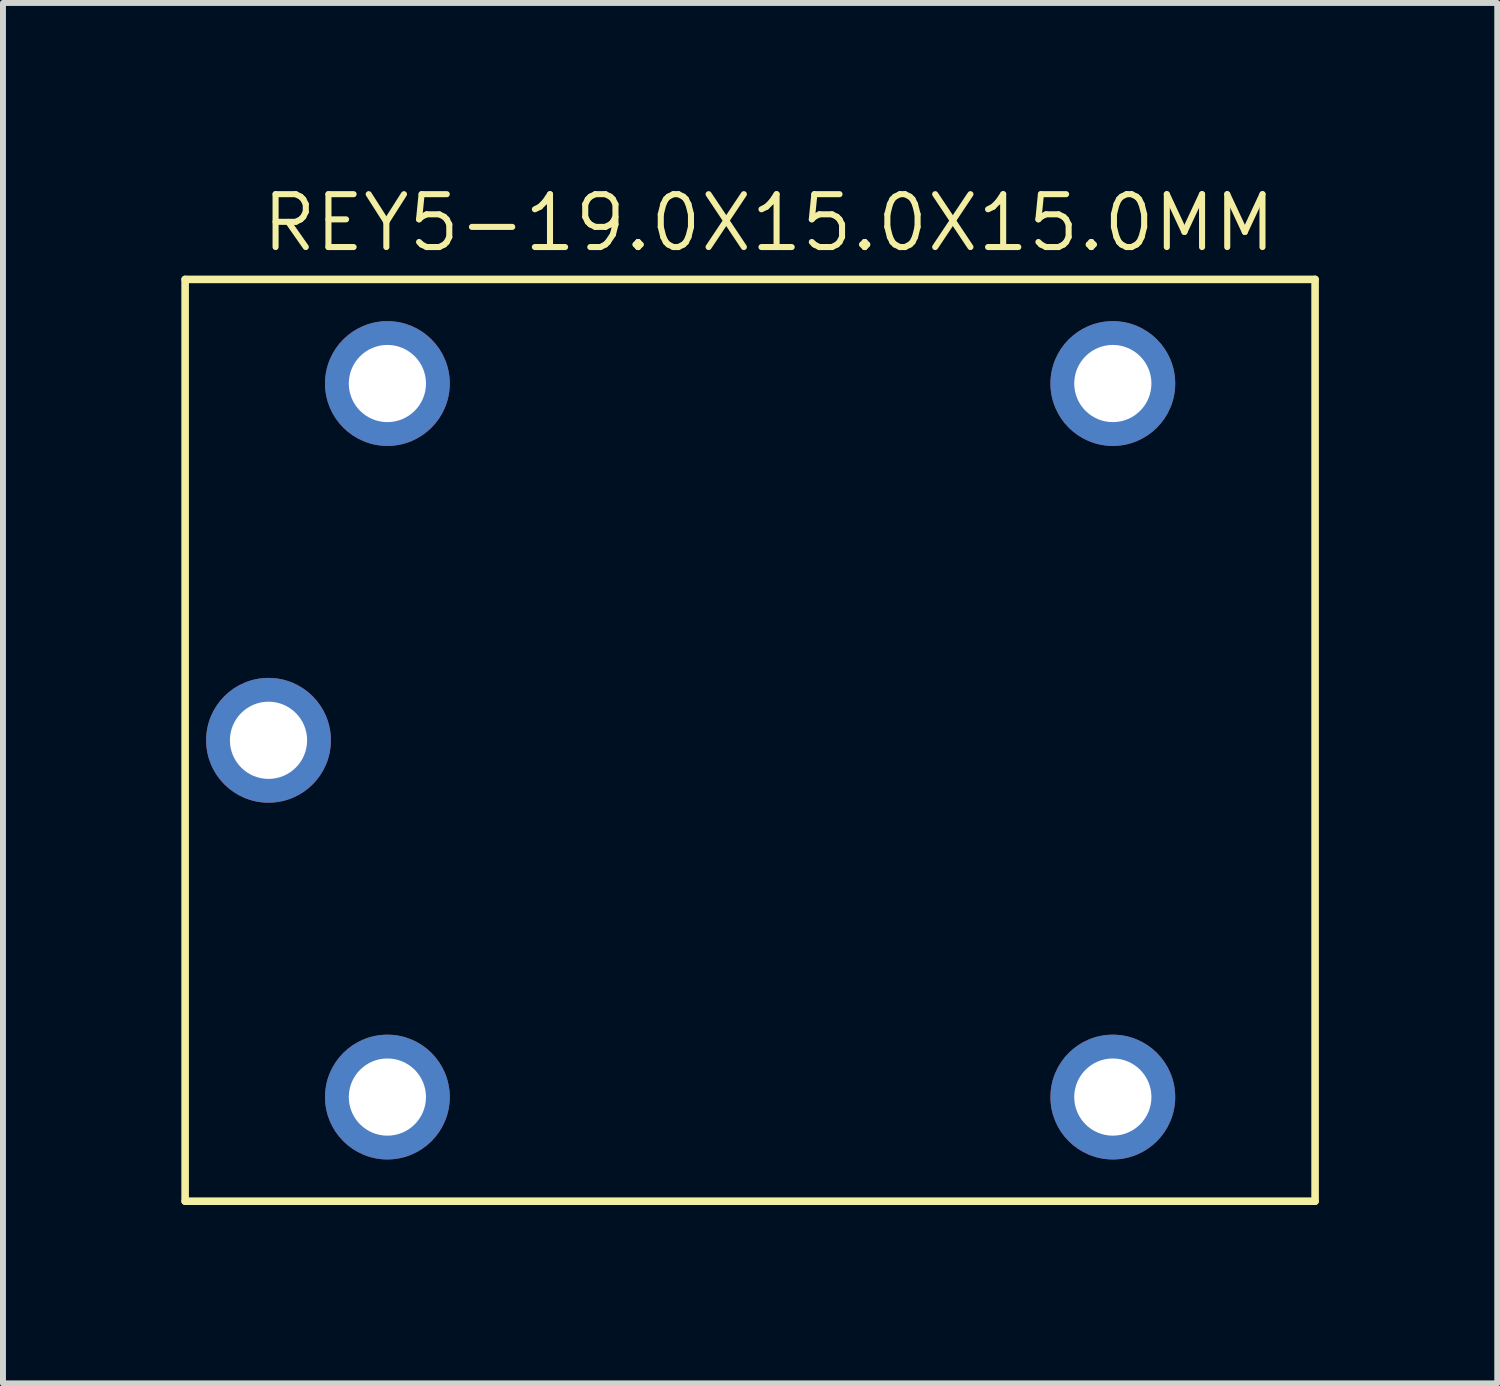
<source format=kicad_pcb>
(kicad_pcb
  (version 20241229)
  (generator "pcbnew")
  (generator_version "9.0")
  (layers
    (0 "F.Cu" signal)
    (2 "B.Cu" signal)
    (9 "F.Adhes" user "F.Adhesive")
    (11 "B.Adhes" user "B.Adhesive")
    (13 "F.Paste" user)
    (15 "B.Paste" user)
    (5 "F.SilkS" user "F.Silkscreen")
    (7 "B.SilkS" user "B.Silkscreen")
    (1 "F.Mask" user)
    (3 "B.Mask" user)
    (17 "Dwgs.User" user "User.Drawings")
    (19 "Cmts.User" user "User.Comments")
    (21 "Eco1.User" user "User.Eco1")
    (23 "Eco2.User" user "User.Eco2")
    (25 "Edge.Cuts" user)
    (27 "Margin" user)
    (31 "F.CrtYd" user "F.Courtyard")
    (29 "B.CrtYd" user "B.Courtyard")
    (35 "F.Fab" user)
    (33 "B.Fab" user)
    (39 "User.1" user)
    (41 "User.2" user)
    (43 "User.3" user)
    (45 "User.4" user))
  (footprint "REY5-19.0X15.0X15.0MM"
    (layer "F.Cu")
    (at 9.563 9.398)
    (property "Reference" "REY5-19.0X15.0X15.0MM" (at 0.318 -8.7 0) (layer "F.SilkS") (effects (font (size 0.889 0.889) (thickness 0.102))))
    (attr exclude_from_pos_files exclude_from_bom)
    (fp_line (start -9.5 -7.75) (end -9.5 7.75) (stroke (width 0.127) (type solid)) (layer "F.SilkS"))
    (fp_line (start -9.5 -7.75) (end 9.5 -7.75) (stroke (width 0.066) (type solid)) (layer "F.SilkS"))
    (fp_line (start -9.5 7.75) (end -9.5 -7.75) (stroke (width 0.066) (type solid)) (layer "F.SilkS"))
    (fp_line (start -9.5 7.75) (end 9.5 7.75) (stroke (width 0.066) (type solid)) (layer "F.SilkS"))
    (fp_line (start -9.5 7.75) (end 9.5 7.75) (stroke (width 0.127) (type solid)) (layer "F.SilkS"))
    (fp_line (start 9.5 -7.75) (end -9.5 -7.75) (stroke (width 0.127) (type solid)) (layer "F.SilkS"))
    (fp_line (start 9.5 7.75) (end 9.5 -7.75) (stroke (width 0.066) (type solid)) (layer "F.SilkS"))
    (fp_line (start 9.5 7.75) (end 9.5 -7.75) (stroke (width 0.127) (type solid)) (layer "F.SilkS"))
    (pad "1" thru_hole circle (at -8.098 0) (size 2.098 2.098) (drill 1.298) (layers "*.Cu" "*.Paste" "*.Mask"))
    (pad "2" thru_hole circle (at -6.099 5.999) (size 2.098 2.098) (drill 1.298) (layers "*.Cu" "*.Paste" "*.Mask"))
    (pad "3" thru_hole circle (at -6.099 -5.999) (size 2.098 2.098) (drill 1.298) (layers "*.Cu" "*.Paste" "*.Mask"))
    (pad "4" thru_hole circle (at 6.099 5.999) (size 2.098 2.098) (drill 1.298) (layers "*.Cu" "*.Paste" "*.Mask"))
    (pad "5" thru_hole circle (at 6.099 -5.999) (size 2.098 2.098) (drill 1.298) (layers "*.Cu" "*.Paste" "*.Mask")))
  (gr_rect
    (start -3 -3)
    (end 22.126 20.211)
    (stroke (width 0.1) (type default))
    (fill no)
    (layer "Edge.Cuts")))
</source>
